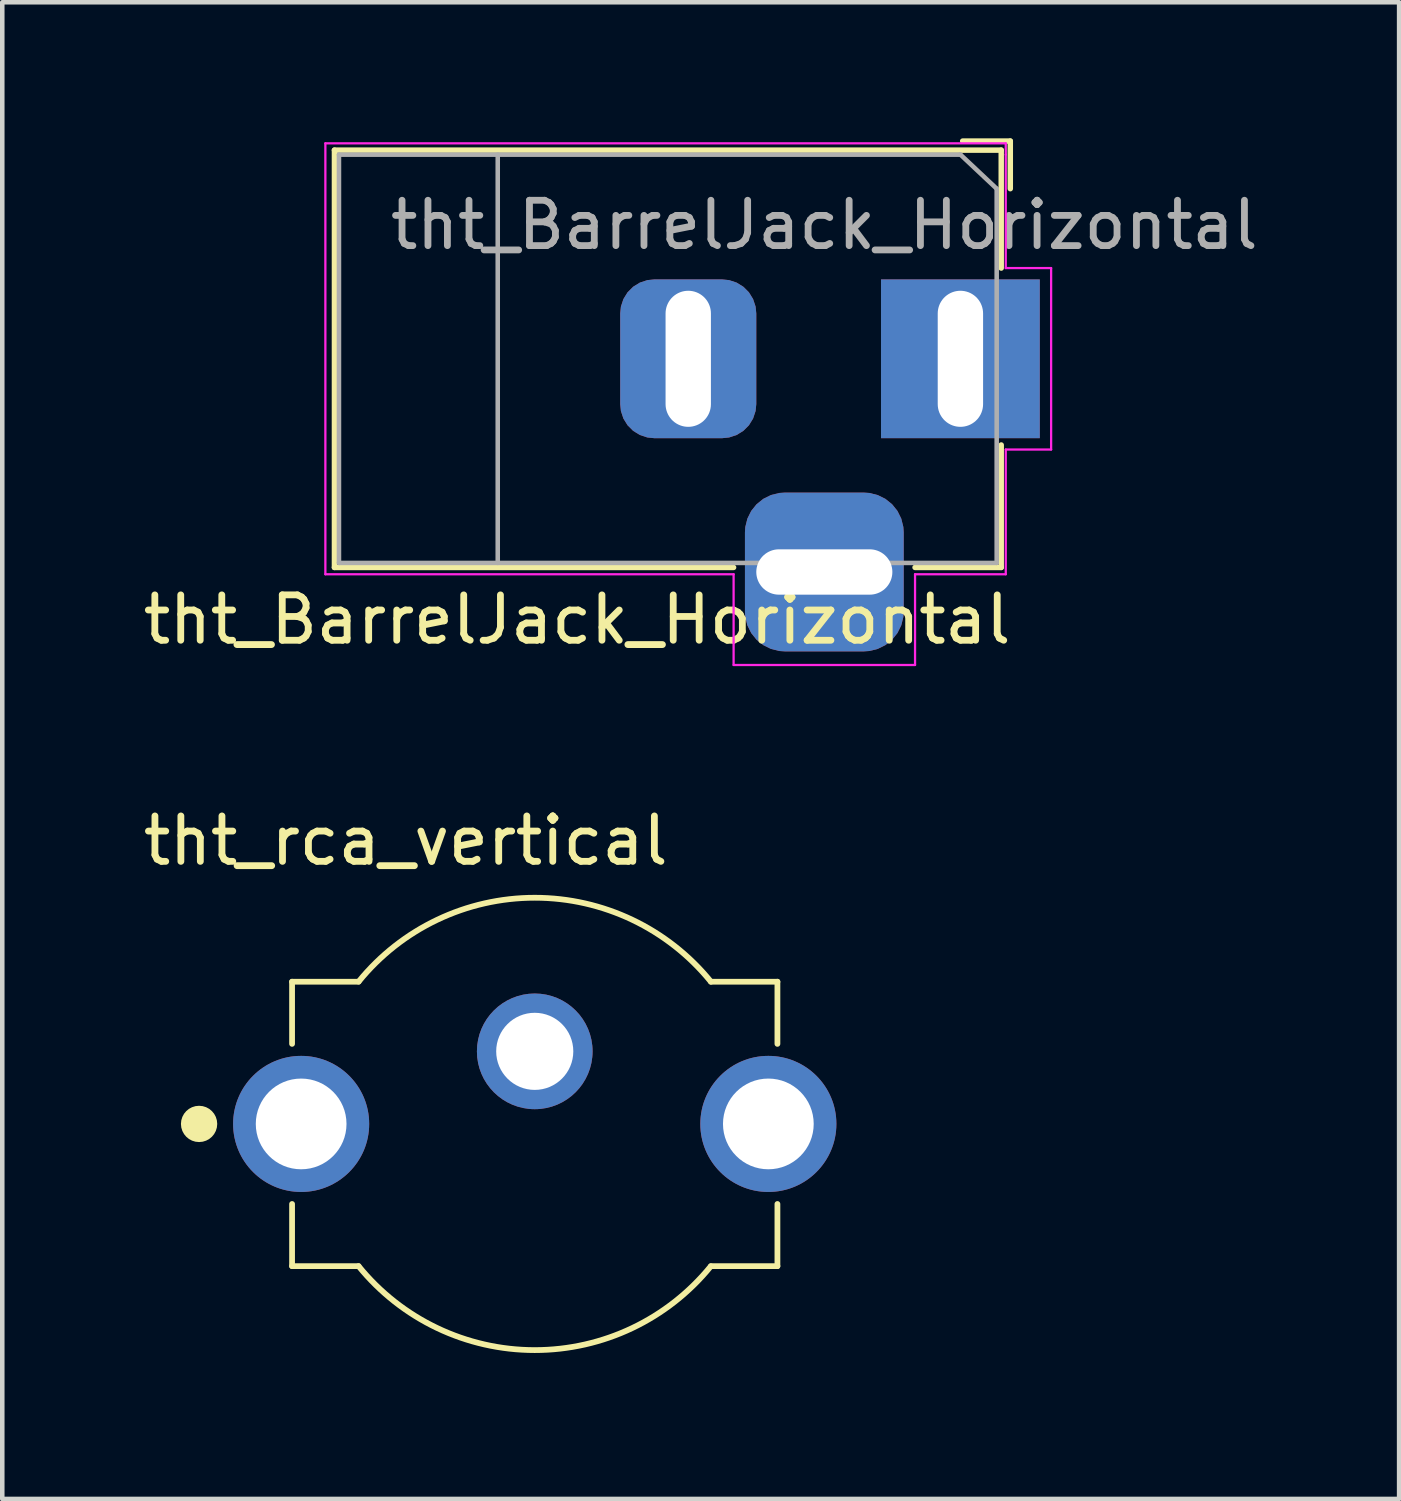
<source format=kicad_pcb>
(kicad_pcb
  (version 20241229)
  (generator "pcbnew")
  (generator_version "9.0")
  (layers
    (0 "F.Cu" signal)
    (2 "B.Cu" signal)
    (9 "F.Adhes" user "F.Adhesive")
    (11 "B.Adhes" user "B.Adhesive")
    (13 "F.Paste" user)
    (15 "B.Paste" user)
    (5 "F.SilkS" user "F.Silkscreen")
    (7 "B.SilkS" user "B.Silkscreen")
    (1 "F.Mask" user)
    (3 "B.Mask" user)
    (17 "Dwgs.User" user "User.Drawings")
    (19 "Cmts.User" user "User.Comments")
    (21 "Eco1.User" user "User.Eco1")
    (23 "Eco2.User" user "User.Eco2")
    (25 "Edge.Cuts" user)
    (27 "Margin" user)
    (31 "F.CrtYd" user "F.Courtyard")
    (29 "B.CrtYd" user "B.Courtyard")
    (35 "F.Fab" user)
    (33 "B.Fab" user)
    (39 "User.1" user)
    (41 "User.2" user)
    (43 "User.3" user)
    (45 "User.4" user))
  (footprint "tht_BarrelJack_Horizontal"
    (layer "F.Cu")
    (at 18.123 4.86)
    (property "Reference" "tht_BarrelJack_Horizontal" (at -8.45 5.75 0) (layer "F.SilkS") (effects (font (size 1 1) (thickness 0.15))))
    (attr through_hole)
    (fp_line (start -13.8 -4.6) (end 0.9 -4.6) (stroke (width 0.12) (type solid)) (layer "F.SilkS"))
    (fp_line (start -13.8 4.6) (end -13.8 -4.6) (stroke (width 0.12) (type solid)) (layer "F.SilkS"))
    (fp_line (start -5 4.6) (end -13.8 4.6) (stroke (width 0.12) (type solid)) (layer "F.SilkS"))
    (fp_line (start 0.05 -4.8) (end 1.1 -4.8) (stroke (width 0.12) (type solid)) (layer "F.SilkS"))
    (fp_line (start 0.9 -4.6) (end 0.9 -2) (stroke (width 0.12) (type solid)) (layer "F.SilkS"))
    (fp_line (start 0.9 1.9) (end 0.9 4.6) (stroke (width 0.12) (type solid)) (layer "F.SilkS"))
    (fp_line (start 0.9 4.6) (end -1 4.6) (stroke (width 0.12) (type solid)) (layer "F.SilkS"))
    (fp_line (start 1.1 -3.75) (end 1.1 -4.8) (stroke (width 0.12) (type solid)) (layer "F.SilkS"))
    (fp_line (start -14 4.75) (end -14 -4.75) (stroke (width 0.05) (type solid)) (layer "F.CrtYd"))
    (fp_line (start -5 4.75) (end -14 4.75) (stroke (width 0.05) (type solid)) (layer "F.CrtYd"))
    (fp_line (start -5 6.75) (end -5 4.75) (stroke (width 0.05) (type solid)) (layer "F.CrtYd"))
    (fp_line (start -1 4.75) (end -1 6.75) (stroke (width 0.05) (type solid)) (layer "F.CrtYd"))
    (fp_line (start -1 6.75) (end -5 6.75) (stroke (width 0.05) (type solid)) (layer "F.CrtYd"))
    (fp_line (start 1 -4.75) (end -14 -4.75) (stroke (width 0.05) (type solid)) (layer "F.CrtYd"))
    (fp_line (start 1 -4.5) (end 1 -4.75) (stroke (width 0.05) (type solid)) (layer "F.CrtYd"))
    (fp_line (start 1 -4.5) (end 1 -2) (stroke (width 0.05) (type solid)) (layer "F.CrtYd"))
    (fp_line (start 1 -2) (end 2 -2) (stroke (width 0.05) (type solid)) (layer "F.CrtYd"))
    (fp_line (start 1 2) (end 1 4.75) (stroke (width 0.05) (type solid)) (layer "F.CrtYd"))
    (fp_line (start 1 4.75) (end -1 4.75) (stroke (width 0.05) (type solid)) (layer "F.CrtYd"))
    (fp_line (start 2 -2) (end 2 2) (stroke (width 0.05) (type solid)) (layer "F.CrtYd"))
    (fp_line (start 2 2) (end 1 2) (stroke (width 0.05) (type solid)) (layer "F.CrtYd"))
    (fp_line (start -13.7 -4.5) (end -13.7 4.5) (stroke (width 0.1) (type solid)) (layer "F.Fab"))
    (fp_line (start -13.7 4.5) (end 0.8 4.5) (stroke (width 0.1) (type solid)) (layer "F.Fab"))
    (fp_line (start -10.2 -4.5) (end -10.2 4.5) (stroke (width 0.1) (type solid)) (layer "F.Fab"))
    (fp_line (start -0.003 -4.505) (end 0.8 -3.75) (stroke (width 0.1) (type solid)) (layer "F.Fab"))
    (fp_line (start 0 -4.5) (end -13.7 -4.5) (stroke (width 0.1) (type solid)) (layer "F.Fab"))
    (fp_line (start 0.8 4.5) (end 0.8 -3.75) (stroke (width 0.1) (type solid)) (layer "F.Fab"))
    (fp_text user "${REFERENCE}" (at -3 -2.95 0) (layer "F.Fab") (effects (font (size 1 1) (thickness 0.15))))
    (pad "1" thru_hole rect (at 0 0) (size 3.5 3.5) (drill oval 1 3) (layers "*.Cu" "*.Mask"))
    (pad "2" thru_hole roundrect (at -6 0) (size 3 3.5) (drill oval 1 3) (layers "*.Cu" "*.Mask") (roundrect_rratio 0.25))
    (pad "3" thru_hole roundrect (at -3 4.7) (size 3.5 3.5) (drill oval 3 1) (layers "*.Cu" "*.Mask") (roundrect_rratio 0.25)))
  (footprint "tht_rca_vertical"
    (layer "F.Cu")
    (at 8.739 21.728)
    (property "Reference" "tht_rca_vertical" (at -2.844 -6.244 0) (layer "F.SilkS") (effects (font (size 1.001 1.001) (thickness 0.15))))
    (attr through_hole)
    (fp_line (start -5.35 -3.135) (end -5.35 -1.765) (stroke (width 0.127) (type solid)) (layer "F.SilkS"))
    (fp_line (start -5.35 1.765) (end -5.35 3.135) (stroke (width 0.127) (type solid)) (layer "F.SilkS"))
    (fp_line (start -3.884 -3.135) (end -5.35 -3.135) (stroke (width 0.127) (type solid)) (layer "F.SilkS"))
    (fp_line (start -3.884 3.135) (end -5.35 3.135) (stroke (width 0.127) (type solid)) (layer "F.SilkS"))
    (fp_line (start 5.35 -3.135) (end 3.884 -3.135) (stroke (width 0.127) (type solid)) (layer "F.SilkS"))
    (fp_line (start 5.35 -3.135) (end 5.35 -1.765) (stroke (width 0.127) (type solid)) (layer "F.SilkS"))
    (fp_line (start 5.35 1.765) (end 5.35 3.135) (stroke (width 0.127) (type solid)) (layer "F.SilkS"))
    (fp_line (start 5.35 3.135) (end 3.884 3.135) (stroke (width 0.127) (type solid)) (layer "F.SilkS"))
    (fp_arc (start -3.882076 -3.137372) (mid 0.001527 -4.986221) (end 3.884 -3.135) (stroke (width 0.127) (type solid)) (layer "F.SilkS"))
    (fp_arc (start 3.882076 3.137372) (mid -0.001527 4.986221) (end -3.884 3.135) (stroke (width 0.127) (type solid)) (layer "F.SilkS"))
    (fp_circle (center -7.4 0) (end -7.2 0) (stroke (width 0.4) (type solid)) (fill no) (layer "F.SilkS"))
    (fp_line (start -6.9 -1.7) (end -6.9 1.75) (stroke (width 0.05) (type solid)) (layer "Eco1.User"))
    (fp_line (start -6.9 1.75) (end -5.6 1.75) (stroke (width 0.05) (type solid)) (layer "Eco1.User"))
    (fp_line (start -5.6 -3.385) (end -5.605 -3.385) (stroke (width 0.05) (type solid)) (layer "Eco1.User"))
    (fp_line (start -5.6 -3.385) (end -5.6 -1.7) (stroke (width 0.05) (type solid)) (layer "Eco1.User"))
    (fp_line (start -5.6 -1.7) (end -6.9 -1.7) (stroke (width 0.05) (type solid)) (layer "Eco1.User"))
    (fp_line (start -5.6 1.75) (end -5.6 3.385) (stroke (width 0.05) (type solid)) (layer "Eco1.User"))
    (fp_line (start -3.903 -3.385) (end -5.6 -3.385) (stroke (width 0.05) (type solid)) (layer "Eco1.User"))
    (fp_line (start -3.901 3.385) (end -5.6 3.385) (stroke (width 0.05) (type solid)) (layer "Eco1.User"))
    (fp_line (start 5.6 -3.385) (end 3.895 -3.385) (stroke (width 0.05) (type solid)) (layer "Eco1.User"))
    (fp_line (start 5.6 -1.75) (end 5.6 -3.385) (stroke (width 0.05) (type solid)) (layer "Eco1.User"))
    (fp_line (start 5.6 -1.75) (end 6.95 -1.75) (stroke (width 0.05) (type solid)) (layer "Eco1.User"))
    (fp_line (start 5.6 3.385) (end 3.904 3.385) (stroke (width 0.05) (type solid)) (layer "Eco1.User"))
    (fp_line (start 5.6 3.385) (end 5.6 1.7) (stroke (width 0.05) (type solid)) (layer "Eco1.User"))
    (fp_line (start 6.95 -1.75) (end 6.95 1.7) (stroke (width 0.05) (type solid)) (layer "Eco1.User"))
    (fp_line (start 6.95 1.7) (end 5.6 1.7) (stroke (width 0.05) (type solid)) (layer "Eco1.User"))
    (fp_arc (start -3.901069 -3.387381) (mid -0.002467 -5.24337) (end 3.895 -3.385) (stroke (width 0.05) (type solid)) (layer "Eco1.User"))
    (fp_arc (start 3.895069 3.387381) (mid -0.003533 5.24337) (end -3.901 3.385) (stroke (width 0.05) (type solid)) (layer "Eco1.User"))
    (fp_line (start -5.35 -3.135) (end -5.35 3.135) (stroke (width 0.127) (type solid)) (layer "Eco2.User"))
    (fp_line (start -3.884 -3.135) (end -5.35 -3.135) (stroke (width 0.127) (type solid)) (layer "Eco2.User"))
    (fp_line (start -3.884 3.135) (end -5.35 3.135) (stroke (width 0.127) (type solid)) (layer "Eco2.User"))
    (fp_line (start 5.35 -3.135) (end 3.884 -3.135) (stroke (width 0.127) (type solid)) (layer "Eco2.User"))
    (fp_line (start 5.35 3.135) (end 3.884 3.135) (stroke (width 0.127) (type solid)) (layer "Eco2.User"))
    (fp_line (start 5.35 3.135) (end 5.35 -3.135) (stroke (width 0.127) (type solid)) (layer "Eco2.User"))
    (fp_arc (start -3.882076 -3.137372) (mid 0.001527 -4.986221) (end 3.884 -3.135) (stroke (width 0.127) (type solid)) (layer "Eco2.User"))
    (fp_arc (start 3.882076 3.137372) (mid -0.001527 4.986221) (end -3.884 3.135) (stroke (width 0.127) (type solid)) (layer "Eco2.User"))
    (pad "1" thru_hole circle (at 0 -1.6) (size 2.55 2.55) (drill 1.7) (layers "*.Cu" "*.Mask"))
    (pad "2" thru_hole circle (at -5.15 0) (size 3 3) (drill 2) (layers "*.Cu" "*.Mask"))
    (pad "2" thru_hole circle (at 5.15 0) (size 3 3) (drill 2) (layers "*.Cu" "*.Mask")))
  (gr_rect
    (start -3 -3)
    (end 27.795 29.996)
    (stroke (width 0.1) (type default))
    (fill no)
    (layer "Edge.Cuts")))
</source>
